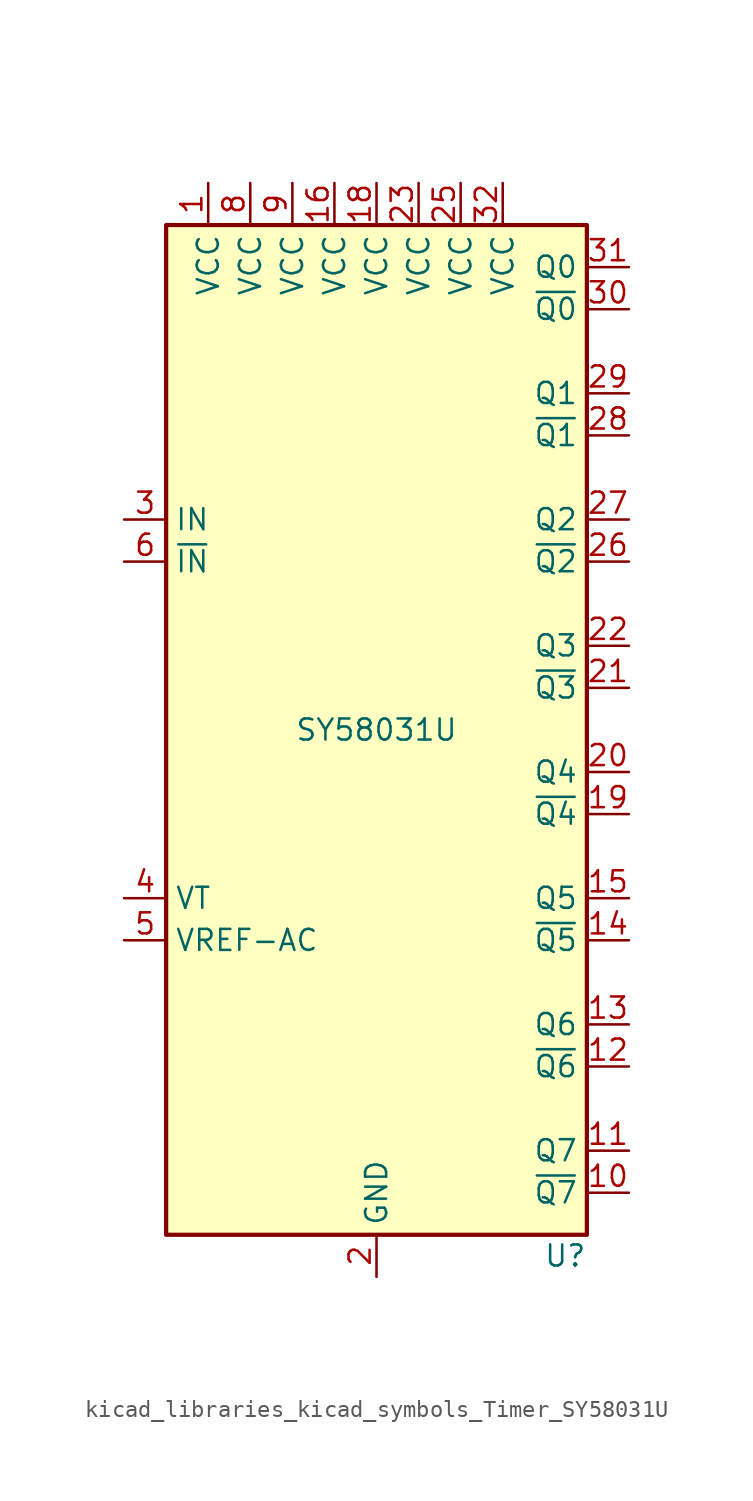
<source format=kicad_sym>
(kicad_symbol_lib
  (version 20220914)
  (generator kicad_symbol_editor)
  (symbol "kicad_libraries_kicad_symbols_Timer_SY58031U"
    (property "Reference" "U"
      (at 12.7 -31.75 0)
      (effects (font (size 1.27 1.27)) (justify right)))
    (property "Value" "SY58031U"
      (at 0 0 0)
      (effects (font (size 1.27 1.27))))
    (symbol "kicad_libraries_kicad_symbols_Timer_SY58031U_0_1"
      (rectangle (start 12.7 30.48) (end -12.7 -30.48) (stroke (width 0.254) (type default)) (fill (type background))))
    (symbol "kicad_libraries_kicad_symbols_Timer_SY58031U_1_1"
      (pin power_in line (at -10.16 33.02 270) (length 2.54) (name "VCC" (effects (font (size 1.27 1.27)))) (number "1" (effects (font (size 1.27 1.27)))))
      (pin output line (at 15.24 -27.94 180) (length 2.54) (name "~{Q7}" (effects (font (size 1.27 1.27)))) (number "10" (effects (font (size 1.27 1.27)))))
      (pin output line (at 15.24 -25.4 180) (length 2.54) (name "Q7" (effects (font (size 1.27 1.27)))) (number "11" (effects (font (size 1.27 1.27)))))
      (pin output line (at 15.24 -20.32 180) (length 2.54) (name "~{Q6}" (effects (font (size 1.27 1.27)))) (number "12" (effects (font (size 1.27 1.27)))))
      (pin output line (at 15.24 -17.78 180) (length 2.54) (name "Q6" (effects (font (size 1.27 1.27)))) (number "13" (effects (font (size 1.27 1.27)))))
      (pin output line (at 15.24 -12.7 180) (length 2.54) (name "~{Q5}" (effects (font (size 1.27 1.27)))) (number "14" (effects (font (size 1.27 1.27)))))
      (pin output line (at 15.24 -10.16 180) (length 2.54) (name "Q5" (effects (font (size 1.27 1.27)))) (number "15" (effects (font (size 1.27 1.27)))))
      (pin power_in line (at -2.54 33.02 270) (length 2.54) (name "VCC" (effects (font (size 1.27 1.27)))) (number "16" (effects (font (size 1.27 1.27)))))
      (pin passive line (at 0 -33.02 90) (length 2.54) hide (name "GND" (effects (font (size 1.27 1.27)))) (number "17" (effects (font (size 1.27 1.27)))))
      (pin power_in line (at 0 33.02 270) (length 2.54) (name "VCC" (effects (font (size 1.27 1.27)))) (number "18" (effects (font (size 1.27 1.27)))))
      (pin output line (at 15.24 -5.08 180) (length 2.54) (name "~{Q4}" (effects (font (size 1.27 1.27)))) (number "19" (effects (font (size 1.27 1.27)))))
      (pin power_in line (at 0 -33.02 90) (length 2.54) (name "GND" (effects (font (size 1.27 1.27)))) (number "2" (effects (font (size 1.27 1.27)))))
      (pin output line (at 15.24 -2.54 180) (length 2.54) (name "Q4" (effects (font (size 1.27 1.27)))) (number "20" (effects (font (size 1.27 1.27)))))
      (pin output line (at 15.24 2.54 180) (length 2.54) (name "~{Q3}" (effects (font (size 1.27 1.27)))) (number "21" (effects (font (size 1.27 1.27)))))
      (pin output line (at 15.24 5.08 180) (length 2.54) (name "Q3" (effects (font (size 1.27 1.27)))) (number "22" (effects (font (size 1.27 1.27)))))
      (pin power_in line (at 2.54 33.02 270) (length 2.54) (name "VCC" (effects (font (size 1.27 1.27)))) (number "23" (effects (font (size 1.27 1.27)))))
      (pin passive line (at 0 -33.02 90) (length 2.54) hide (name "GND" (effects (font (size 1.27 1.27)))) (number "24" (effects (font (size 1.27 1.27)))))
      (pin power_in line (at 5.08 33.02 270) (length 2.54) (name "VCC" (effects (font (size 1.27 1.27)))) (number "25" (effects (font (size 1.27 1.27)))))
      (pin output line (at 15.24 10.16 180) (length 2.54) (name "~{Q2}" (effects (font (size 1.27 1.27)))) (number "26" (effects (font (size 1.27 1.27)))))
      (pin output line (at 15.24 12.7 180) (length 2.54) (name "Q2" (effects (font (size 1.27 1.27)))) (number "27" (effects (font (size 1.27 1.27)))))
      (pin output line (at 15.24 17.78 180) (length 2.54) (name "~{Q1}" (effects (font (size 1.27 1.27)))) (number "28" (effects (font (size 1.27 1.27)))))
      (pin output line (at 15.24 20.32 180) (length 2.54) (name "Q1" (effects (font (size 1.27 1.27)))) (number "29" (effects (font (size 1.27 1.27)))))
      (pin input line (at -15.24 12.7 0) (length 2.54) (name "IN" (effects (font (size 1.27 1.27)))) (number "3" (effects (font (size 1.27 1.27)))))
      (pin output line (at 15.24 25.4 180) (length 2.54) (name "~{Q0}" (effects (font (size 1.27 1.27)))) (number "30" (effects (font (size 1.27 1.27)))))
      (pin output line (at 15.24 27.94 180) (length 2.54) (name "Q0" (effects (font (size 1.27 1.27)))) (number "31" (effects (font (size 1.27 1.27)))))
      (pin power_in line (at 7.62 33.02 270) (length 2.54) (name "VCC" (effects (font (size 1.27 1.27)))) (number "32" (effects (font (size 1.27 1.27)))))
      (pin passive line (at 0 -33.02 90) (length 2.54) hide (name "GND" (effects (font (size 1.27 1.27)))) (number "33" (effects (font (size 1.27 1.27)))))
      (pin passive line (at -15.24 -10.16 0) (length 2.54) (name "VT" (effects (font (size 1.27 1.27)))) (number "4" (effects (font (size 1.27 1.27)))))
      (pin passive line (at -15.24 -12.7 0) (length 2.54) (name "VREF-AC" (effects (font (size 1.27 1.27)))) (number "5" (effects (font (size 1.27 1.27)))))
      (pin input line (at -15.24 10.16 0) (length 2.54) (name "~{IN}" (effects (font (size 1.27 1.27)))) (number "6" (effects (font (size 1.27 1.27)))))
      (pin passive line (at 0 -33.02 90) (length 2.54) hide (name "GND" (effects (font (size 1.27 1.27)))) (number "7" (effects (font (size 1.27 1.27)))))
      (pin power_in line (at -7.62 33.02 270) (length 2.54) (name "VCC" (effects (font (size 1.27 1.27)))) (number "8" (effects (font (size 1.27 1.27)))))
      (pin power_in line (at -5.08 33.02 270) (length 2.54) (name "VCC" (effects (font (size 1.27 1.27)))) (number "9" (effects (font (size 1.27 1.27))))))))
</source>
